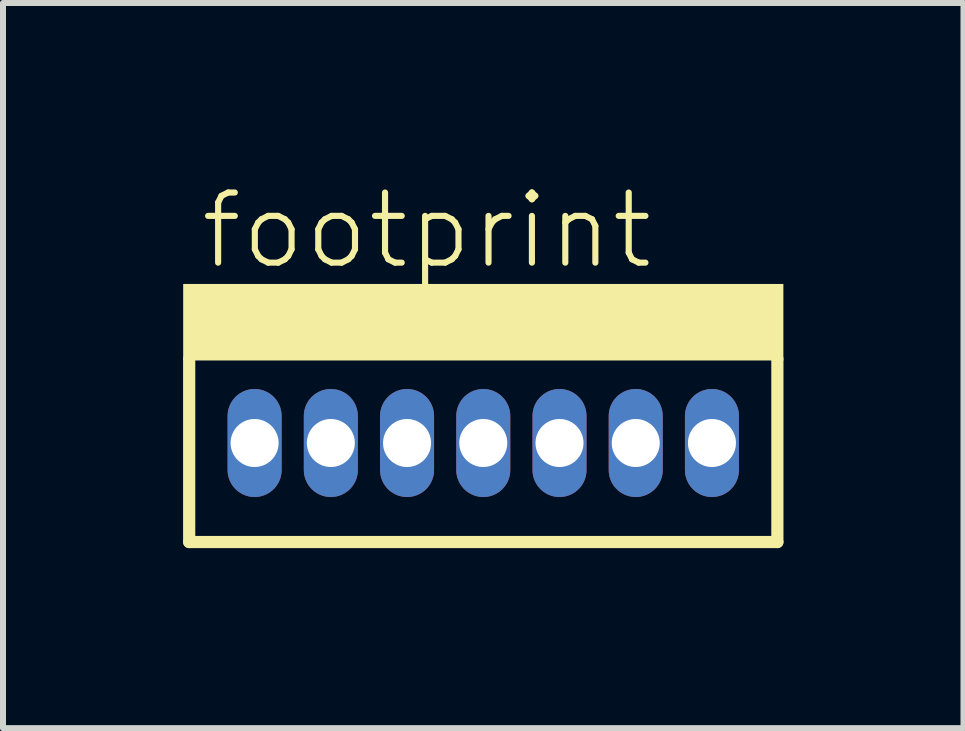
<source format=kicad_pcb>
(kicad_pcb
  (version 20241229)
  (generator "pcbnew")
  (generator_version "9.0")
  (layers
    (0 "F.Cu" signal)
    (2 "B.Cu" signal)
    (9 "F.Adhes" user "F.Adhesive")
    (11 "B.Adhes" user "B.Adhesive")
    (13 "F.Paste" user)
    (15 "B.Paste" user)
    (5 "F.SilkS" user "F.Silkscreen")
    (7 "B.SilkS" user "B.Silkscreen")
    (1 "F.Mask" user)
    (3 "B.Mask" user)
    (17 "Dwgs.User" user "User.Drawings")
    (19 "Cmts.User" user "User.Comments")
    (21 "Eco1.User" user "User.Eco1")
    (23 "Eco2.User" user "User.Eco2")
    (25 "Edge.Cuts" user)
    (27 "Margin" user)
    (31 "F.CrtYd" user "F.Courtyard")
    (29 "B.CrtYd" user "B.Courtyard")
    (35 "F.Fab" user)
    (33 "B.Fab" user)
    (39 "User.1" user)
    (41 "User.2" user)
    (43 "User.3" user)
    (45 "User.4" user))
  (footprint "footprint"
    (layer "F.Cu")
    (at 5.002 4.331)
    (property "Reference" "footprint" (at -4.763 -2.857 0) (layer "F.SilkS") (effects (font (size 1.168 1.168) (thickness 0.102)) (justify left bottom)))
    (fp_line (start -4.9 -1.4) (end -4.9 1.65) (stroke (width 0.203) (type solid)) (layer "F.SilkS"))
    (fp_line (start -4.9 1.65) (end 4.9 1.65) (stroke (width 0.203) (type solid)) (layer "F.SilkS"))
    (fp_line (start 4.9 1.65) (end 4.9 -1.4) (stroke (width 0.203) (type solid)) (layer "F.SilkS"))
    (fp_poly (pts (xy -5 -1.375) (xy 5 -1.375) (xy 5 -2.65) (xy -5 -2.65)) (stroke (width 0) (type solid)) (fill yes) (layer "F.SilkS"))
    (pad "1" thru_hole oval (at -3.81 0 90) (size 1.8 0.9) (drill 0.8) (layers "*.Cu" "*.Mask"))
    (pad "2" thru_hole oval (at -2.54 0 90) (size 1.8 0.9) (drill 0.8) (layers "*.Cu" "*.Mask"))
    (pad "3" thru_hole oval (at -1.27 0 90) (size 1.8 0.9) (drill 0.8) (layers "*.Cu" "*.Mask"))
    (pad "4" thru_hole oval (at 0 0 90) (size 1.8 0.9) (drill 0.8) (layers "*.Cu" "*.Mask"))
    (pad "5" thru_hole oval (at 1.27 0 90) (size 1.8 0.9) (drill 0.8) (layers "*.Cu" "*.Mask"))
    (pad "6" thru_hole oval (at 2.54 0 90) (size 1.8 0.9) (drill 0.8) (layers "*.Cu" "*.Mask"))
    (pad "7" thru_hole oval (at 3.81 0 90) (size 1.8 0.9) (drill 0.8) (layers "*.Cu" "*.Mask")))
  (gr_rect
    (start -3 -3)
    (end 13.003 9.082)
    (stroke (width 0.1) (type default))
    (fill no)
    (layer "Edge.Cuts")))
</source>
